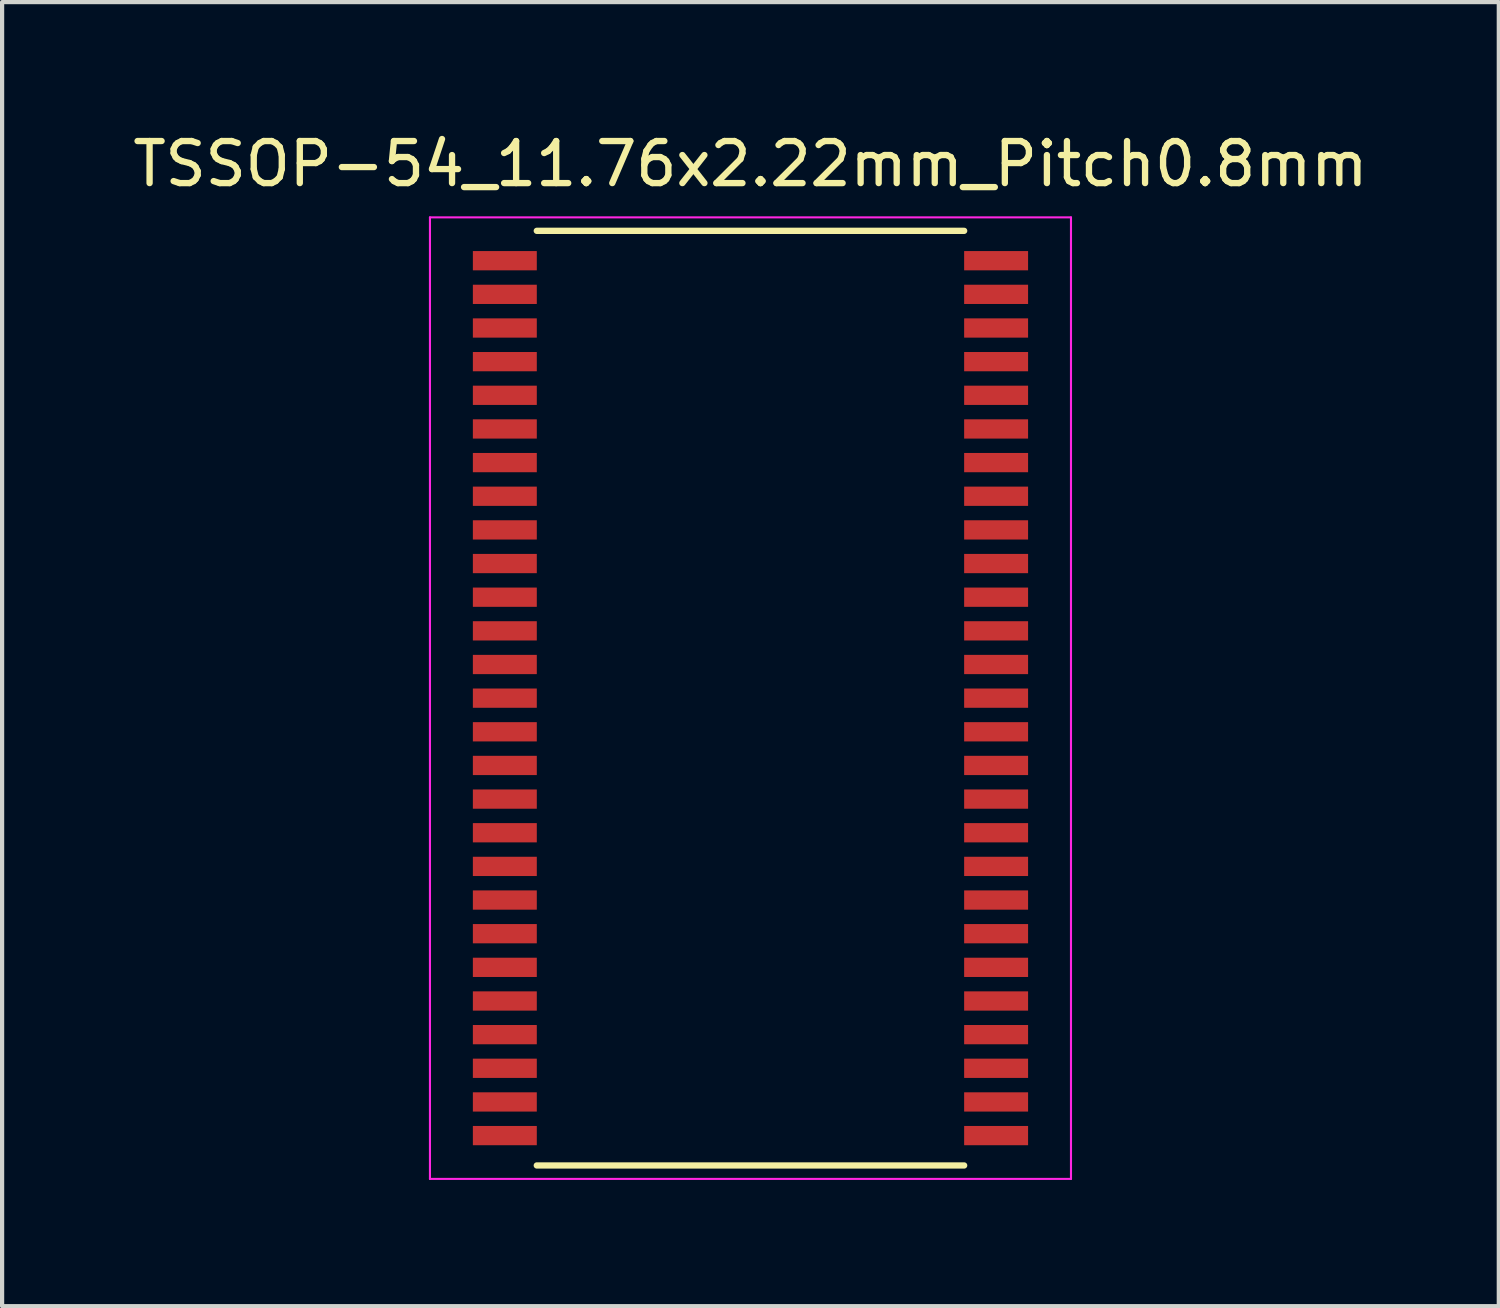
<source format=kicad_pcb>
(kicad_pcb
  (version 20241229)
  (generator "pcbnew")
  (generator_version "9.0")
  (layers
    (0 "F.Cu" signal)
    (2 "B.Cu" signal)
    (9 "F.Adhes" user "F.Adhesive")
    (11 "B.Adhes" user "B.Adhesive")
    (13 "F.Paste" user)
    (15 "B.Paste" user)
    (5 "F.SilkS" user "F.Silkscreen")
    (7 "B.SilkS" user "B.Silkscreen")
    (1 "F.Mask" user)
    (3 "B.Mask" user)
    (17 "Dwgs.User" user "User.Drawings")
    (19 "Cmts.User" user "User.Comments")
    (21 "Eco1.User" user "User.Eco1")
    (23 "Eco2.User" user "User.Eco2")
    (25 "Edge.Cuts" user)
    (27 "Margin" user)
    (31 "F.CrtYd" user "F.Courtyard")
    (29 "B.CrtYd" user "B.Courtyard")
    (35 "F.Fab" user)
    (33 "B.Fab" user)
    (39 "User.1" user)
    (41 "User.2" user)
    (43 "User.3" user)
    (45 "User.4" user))
  (footprint "TSSOP-54_11.76x2.22mm_Pitch0.8mm"
    (layer "F.Cu")
    (at 14.792 13.548)
    (property "Reference" "TSSOP-54_11.76x2.22mm_Pitch0.8mm" (at 0 -12.7 0) (layer "F.SilkS") (effects (font (size 1 1) (thickness 0.15))))
    (attr smd)
    (fp_line (start -5.08 -11.11) (end 5.08 -11.11) (stroke (width 0.15) (type solid)) (layer "F.SilkS"))
    (fp_line (start -5.08 11.11) (end 5.08 11.11) (stroke (width 0.15) (type solid)) (layer "F.SilkS"))
    (fp_line (start -7.62 -11.43) (end -7.62 11.43) (stroke (width 0.05) (type solid)) (layer "F.CrtYd"))
    (fp_line (start -7.62 -11.43) (end 7.62 -11.43) (stroke (width 0.05) (type solid)) (layer "F.CrtYd"))
    (fp_line (start -7.62 11.43) (end 7.62 11.43) (stroke (width 0.05) (type solid)) (layer "F.CrtYd"))
    (fp_line (start 7.62 -11.43) (end 7.62 11.43) (stroke (width 0.05) (type solid)) (layer "F.CrtYd"))
    (pad "1" smd rect (at -5.84 -10.4) (size 1.52 0.458) (layers "F.Cu" "F.Mask" "F.Paste"))
    (pad "2" smd rect (at -5.84 -9.6) (size 1.52 0.458) (layers "F.Cu" "F.Mask" "F.Paste"))
    (pad "3" smd rect (at -5.84 -8.8) (size 1.52 0.458) (layers "F.Cu" "F.Mask" "F.Paste"))
    (pad "4" smd rect (at -5.84 -8) (size 1.52 0.458) (layers "F.Cu" "F.Mask" "F.Paste"))
    (pad "5" smd rect (at -5.84 -7.2) (size 1.52 0.458) (layers "F.Cu" "F.Mask" "F.Paste"))
    (pad "6" smd rect (at -5.84 -6.4) (size 1.52 0.458) (layers "F.Cu" "F.Mask" "F.Paste"))
    (pad "7" smd rect (at -5.84 -5.6) (size 1.52 0.458) (layers "F.Cu" "F.Mask" "F.Paste"))
    (pad "8" smd rect (at -5.84 -4.8) (size 1.52 0.458) (layers "F.Cu" "F.Mask" "F.Paste"))
    (pad "9" smd rect (at -5.84 -4) (size 1.52 0.458) (layers "F.Cu" "F.Mask" "F.Paste"))
    (pad "10" smd rect (at -5.84 -3.2) (size 1.52 0.458) (layers "F.Cu" "F.Mask" "F.Paste"))
    (pad "11" smd rect (at -5.84 -2.4) (size 1.52 0.458) (layers "F.Cu" "F.Mask" "F.Paste"))
    (pad "12" smd rect (at -5.84 -1.6) (size 1.52 0.458) (layers "F.Cu" "F.Mask" "F.Paste"))
    (pad "13" smd rect (at -5.84 -0.8) (size 1.52 0.458) (layers "F.Cu" "F.Mask" "F.Paste"))
    (pad "14" smd rect (at -5.84 0) (size 1.52 0.458) (layers "F.Cu" "F.Mask" "F.Paste"))
    (pad "15" smd rect (at -5.84 0.8) (size 1.52 0.458) (layers "F.Cu" "F.Mask" "F.Paste"))
    (pad "16" smd rect (at -5.84 1.6) (size 1.52 0.458) (layers "F.Cu" "F.Mask" "F.Paste"))
    (pad "17" smd rect (at -5.84 2.4) (size 1.52 0.458) (layers "F.Cu" "F.Mask" "F.Paste"))
    (pad "18" smd rect (at -5.84 3.2) (size 1.52 0.458) (layers "F.Cu" "F.Mask" "F.Paste"))
    (pad "19" smd rect (at -5.84 4) (size 1.52 0.458) (layers "F.Cu" "F.Mask" "F.Paste"))
    (pad "20" smd rect (at -5.84 4.8) (size 1.52 0.458) (layers "F.Cu" "F.Mask" "F.Paste"))
    (pad "21" smd rect (at -5.84 5.6) (size 1.52 0.458) (layers "F.Cu" "F.Mask" "F.Paste"))
    (pad "22" smd rect (at -5.84 6.4) (size 1.52 0.458) (layers "F.Cu" "F.Mask" "F.Paste"))
    (pad "23" smd rect (at -5.84 7.2) (size 1.52 0.458) (layers "F.Cu" "F.Mask" "F.Paste"))
    (pad "24" smd rect (at -5.84 8) (size 1.52 0.458) (layers "F.Cu" "F.Mask" "F.Paste"))
    (pad "25" smd rect (at -5.84 8.8) (size 1.52 0.458) (layers "F.Cu" "F.Mask" "F.Paste"))
    (pad "26" smd rect (at -5.84 9.6) (size 1.52 0.458) (layers "F.Cu" "F.Mask" "F.Paste"))
    (pad "27" smd rect (at -5.84 10.4) (size 1.52 0.458) (layers "F.Cu" "F.Mask" "F.Paste"))
    (pad "28" smd rect (at 5.84 10.4) (size 1.52 0.458) (layers "F.Cu" "F.Mask" "F.Paste"))
    (pad "29" smd rect (at 5.84 9.6) (size 1.52 0.458) (layers "F.Cu" "F.Mask" "F.Paste"))
    (pad "30" smd rect (at 5.84 8.8) (size 1.52 0.458) (layers "F.Cu" "F.Mask" "F.Paste"))
    (pad "31" smd rect (at 5.84 8) (size 1.52 0.458) (layers "F.Cu" "F.Mask" "F.Paste"))
    (pad "32" smd rect (at 5.84 7.2) (size 1.52 0.458) (layers "F.Cu" "F.Mask" "F.Paste"))
    (pad "33" smd rect (at 5.84 6.4) (size 1.52 0.458) (layers "F.Cu" "F.Mask" "F.Paste"))
    (pad "34" smd rect (at 5.84 5.6) (size 1.52 0.458) (layers "F.Cu" "F.Mask" "F.Paste"))
    (pad "35" smd rect (at 5.84 4.8) (size 1.52 0.458) (layers "F.Cu" "F.Mask" "F.Paste"))
    (pad "36" smd rect (at 5.84 4) (size 1.52 0.458) (layers "F.Cu" "F.Mask" "F.Paste"))
    (pad "37" smd rect (at 5.84 3.2) (size 1.52 0.458) (layers "F.Cu" "F.Mask" "F.Paste"))
    (pad "38" smd rect (at 5.84 2.4) (size 1.52 0.458) (layers "F.Cu" "F.Mask" "F.Paste"))
    (pad "39" smd rect (at 5.84 1.6) (size 1.52 0.458) (layers "F.Cu" "F.Mask" "F.Paste"))
    (pad "40" smd rect (at 5.84 0.8) (size 1.52 0.458) (layers "F.Cu" "F.Mask" "F.Paste"))
    (pad "41" smd rect (at 5.84 0) (size 1.52 0.458) (layers "F.Cu" "F.Mask" "F.Paste"))
    (pad "42" smd rect (at 5.84 -0.8) (size 1.52 0.458) (layers "F.Cu" "F.Mask" "F.Paste"))
    (pad "43" smd rect (at 5.84 -1.6) (size 1.52 0.458) (layers "F.Cu" "F.Mask" "F.Paste"))
    (pad "44" smd rect (at 5.84 -2.4) (size 1.52 0.458) (layers "F.Cu" "F.Mask" "F.Paste"))
    (pad "45" smd rect (at 5.84 -3.2) (size 1.52 0.458) (layers "F.Cu" "F.Mask" "F.Paste"))
    (pad "46" smd rect (at 5.84 -4) (size 1.52 0.458) (layers "F.Cu" "F.Mask" "F.Paste"))
    (pad "47" smd rect (at 5.84 -4.8) (size 1.52 0.458) (layers "F.Cu" "F.Mask" "F.Paste"))
    (pad "48" smd rect (at 5.84 -5.6) (size 1.52 0.458) (layers "F.Cu" "F.Mask" "F.Paste"))
    (pad "49" smd rect (at 5.84 -6.4) (size 1.52 0.458) (layers "F.Cu" "F.Mask" "F.Paste"))
    (pad "50" smd rect (at 5.84 -7.2) (size 1.52 0.458) (layers "F.Cu" "F.Mask" "F.Paste"))
    (pad "51" smd rect (at 5.84 -8) (size 1.52 0.458) (layers "F.Cu" "F.Mask" "F.Paste"))
    (pad "52" smd rect (at 5.84 -8.8) (size 1.52 0.458) (layers "F.Cu" "F.Mask" "F.Paste"))
    (pad "53" smd rect (at 5.84 -9.6) (size 1.52 0.458) (layers "F.Cu" "F.Mask" "F.Paste"))
    (pad "54" smd rect (at 5.84 -10.4) (size 1.52 0.458) (layers "F.Cu" "F.Mask" "F.Paste")))
  (gr_rect
    (start -3 -3)
    (end 32.583 28.003)
    (stroke (width 0.1) (type default))
    (fill no)
    (layer "Edge.Cuts")))
</source>
